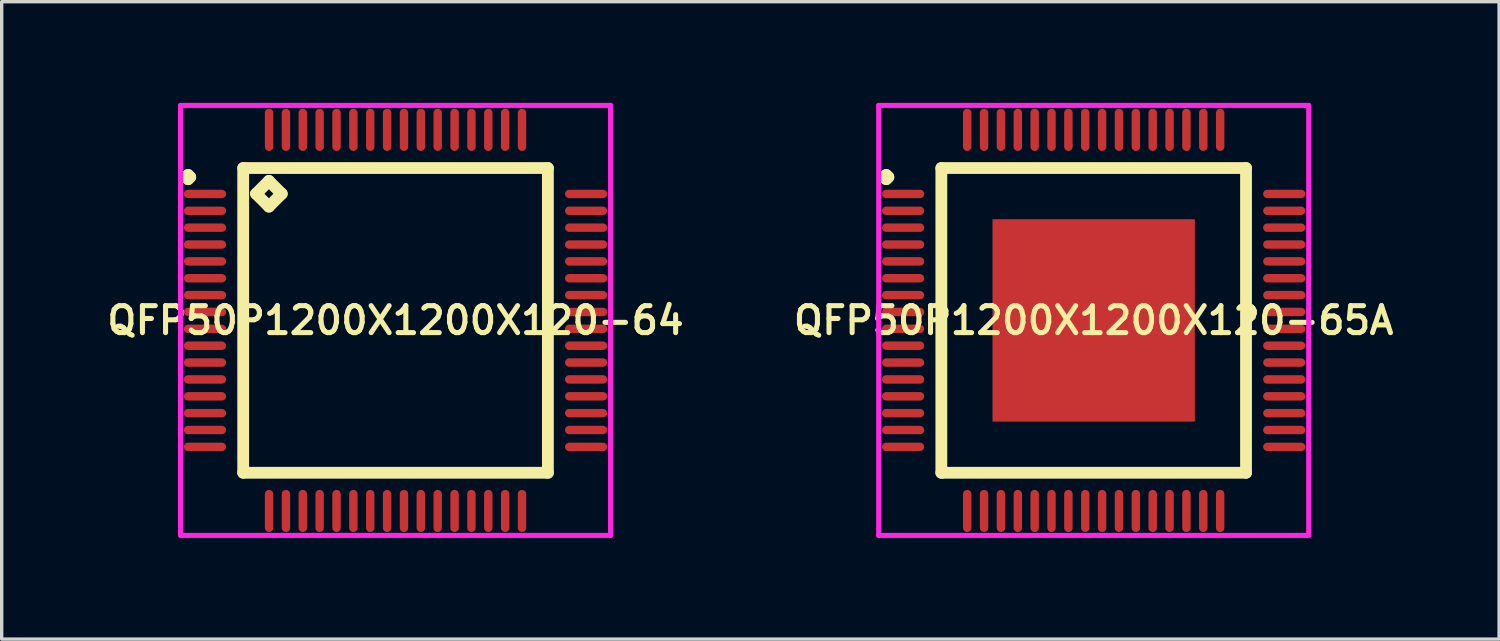
<source format=kicad_pcb>
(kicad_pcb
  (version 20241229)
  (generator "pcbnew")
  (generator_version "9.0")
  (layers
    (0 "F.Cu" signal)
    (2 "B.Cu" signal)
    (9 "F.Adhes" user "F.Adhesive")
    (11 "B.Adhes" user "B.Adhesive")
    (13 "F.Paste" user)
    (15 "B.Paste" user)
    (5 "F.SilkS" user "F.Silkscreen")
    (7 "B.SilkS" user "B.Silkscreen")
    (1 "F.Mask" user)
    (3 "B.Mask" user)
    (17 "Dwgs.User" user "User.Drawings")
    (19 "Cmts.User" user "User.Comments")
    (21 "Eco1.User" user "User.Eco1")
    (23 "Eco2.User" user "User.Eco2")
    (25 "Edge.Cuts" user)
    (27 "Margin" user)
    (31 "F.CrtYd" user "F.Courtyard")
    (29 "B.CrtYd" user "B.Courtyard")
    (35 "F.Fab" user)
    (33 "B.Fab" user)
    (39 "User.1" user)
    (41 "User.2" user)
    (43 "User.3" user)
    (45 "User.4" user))
  (footprint "QFP50P1200X1200X120-65A"
    (layer "F.Cu")
    (at 29.378 6.45)
    (property "Reference" "QFP50P1200X1200X120-65A" (at 0 0 0) (layer "F.SilkS") (effects (font (size 0.8 0.8) (thickness 0.15))))
    (attr smd)
    (fp_line (start -6.213 -4.25) (end -6.15 -4.312) (stroke (width 0.35) (type solid)) (layer "F.SilkS"))
    (fp_line (start -6.15 -4.312) (end -6.088 -4.25) (stroke (width 0.35) (type solid)) (layer "F.SilkS"))
    (fp_line (start -6.15 -4.188) (end -6.213 -4.25) (stroke (width 0.35) (type solid)) (layer "F.SilkS"))
    (fp_line (start -6.088 -4.25) (end -6.15 -4.188) (stroke (width 0.35) (type solid)) (layer "F.SilkS"))
    (fp_line (start -4.517 -4.517) (end -4.517 4.517) (stroke (width 0.35) (type solid)) (layer "F.SilkS"))
    (fp_line (start -4.517 4.517) (end 4.517 4.517) (stroke (width 0.35) (type solid)) (layer "F.SilkS"))
    (fp_line (start 4.517 -4.517) (end -4.517 -4.517) (stroke (width 0.35) (type solid)) (layer "F.SilkS"))
    (fp_line (start 4.517 4.517) (end 4.517 -4.517) (stroke (width 0.35) (type solid)) (layer "F.SilkS"))
    (fp_line (start -6.375 -6.375) (end 6.375 -6.375) (stroke (width 0.15) (type solid)) (layer "F.CrtYd"))
    (fp_line (start -6.375 6.375) (end -6.375 -6.375) (stroke (width 0.15) (type solid)) (layer "F.CrtYd"))
    (fp_line (start 6.375 -6.375) (end 6.375 6.375) (stroke (width 0.15) (type solid)) (layer "F.CrtYd"))
    (fp_line (start 6.375 6.375) (end -6.375 6.375) (stroke (width 0.15) (type solid)) (layer "F.CrtYd"))
    (pad "1" smd oval (at -5.65 -3.75) (size 1.25 0.25) (layers "F.Cu" "F.Mask" "F.Paste"))
    (pad "2" smd oval (at -5.65 -3.25) (size 1.25 0.25) (layers "F.Cu" "F.Mask" "F.Paste"))
    (pad "3" smd oval (at -5.65 -2.75) (size 1.25 0.25) (layers "F.Cu" "F.Mask" "F.Paste"))
    (pad "4" smd oval (at -5.65 -2.25) (size 1.25 0.25) (layers "F.Cu" "F.Mask" "F.Paste"))
    (pad "5" smd oval (at -5.65 -1.75) (size 1.25 0.25) (layers "F.Cu" "F.Mask" "F.Paste"))
    (pad "6" smd oval (at -5.65 -1.25) (size 1.25 0.25) (layers "F.Cu" "F.Mask" "F.Paste"))
    (pad "7" smd oval (at -5.65 -0.75) (size 1.25 0.25) (layers "F.Cu" "F.Mask" "F.Paste"))
    (pad "8" smd oval (at -5.65 -0.25) (size 1.25 0.25) (layers "F.Cu" "F.Mask" "F.Paste"))
    (pad "9" smd oval (at -5.65 0.25) (size 1.25 0.25) (layers "F.Cu" "F.Mask" "F.Paste"))
    (pad "10" smd oval (at -5.65 0.75) (size 1.25 0.25) (layers "F.Cu" "F.Mask" "F.Paste"))
    (pad "11" smd oval (at -5.65 1.25) (size 1.25 0.25) (layers "F.Cu" "F.Mask" "F.Paste"))
    (pad "12" smd oval (at -5.65 1.75) (size 1.25 0.25) (layers "F.Cu" "F.Mask" "F.Paste"))
    (pad "13" smd oval (at -5.65 2.25) (size 1.25 0.25) (layers "F.Cu" "F.Mask" "F.Paste"))
    (pad "14" smd oval (at -5.65 2.75) (size 1.25 0.25) (layers "F.Cu" "F.Mask" "F.Paste"))
    (pad "15" smd oval (at -5.65 3.25) (size 1.25 0.25) (layers "F.Cu" "F.Mask" "F.Paste"))
    (pad "16" smd oval (at -5.65 3.75) (size 1.25 0.25) (layers "F.Cu" "F.Mask" "F.Paste"))
    (pad "17" smd oval (at -3.75 5.65) (size 0.25 1.25) (layers "F.Cu" "F.Mask" "F.Paste"))
    (pad "18" smd oval (at -3.25 5.65) (size 0.25 1.25) (layers "F.Cu" "F.Mask" "F.Paste"))
    (pad "19" smd oval (at -2.75 5.65) (size 0.25 1.25) (layers "F.Cu" "F.Mask" "F.Paste"))
    (pad "20" smd oval (at -2.25 5.65) (size 0.25 1.25) (layers "F.Cu" "F.Mask" "F.Paste"))
    (pad "21" smd oval (at -1.75 5.65) (size 0.25 1.25) (layers "F.Cu" "F.Mask" "F.Paste"))
    (pad "22" smd oval (at -1.25 5.65) (size 0.25 1.25) (layers "F.Cu" "F.Mask" "F.Paste"))
    (pad "23" smd oval (at -0.75 5.65) (size 0.25 1.25) (layers "F.Cu" "F.Mask" "F.Paste"))
    (pad "24" smd oval (at -0.25 5.65) (size 0.25 1.25) (layers "F.Cu" "F.Mask" "F.Paste"))
    (pad "25" smd oval (at 0.25 5.65) (size 0.25 1.25) (layers "F.Cu" "F.Mask" "F.Paste"))
    (pad "26" smd oval (at 0.75 5.65) (size 0.25 1.25) (layers "F.Cu" "F.Mask" "F.Paste"))
    (pad "27" smd oval (at 1.25 5.65) (size 0.25 1.25) (layers "F.Cu" "F.Mask" "F.Paste"))
    (pad "28" smd oval (at 1.75 5.65) (size 0.25 1.25) (layers "F.Cu" "F.Mask" "F.Paste"))
    (pad "29" smd oval (at 2.25 5.65) (size 0.25 1.25) (layers "F.Cu" "F.Mask" "F.Paste"))
    (pad "30" smd oval (at 2.75 5.65) (size 0.25 1.25) (layers "F.Cu" "F.Mask" "F.Paste"))
    (pad "31" smd oval (at 3.25 5.65) (size 0.25 1.25) (layers "F.Cu" "F.Mask" "F.Paste"))
    (pad "32" smd oval (at 3.75 5.65) (size 0.25 1.25) (layers "F.Cu" "F.Mask" "F.Paste"))
    (pad "33" smd oval (at 5.65 3.75) (size 1.25 0.25) (layers "F.Cu" "F.Mask" "F.Paste"))
    (pad "34" smd oval (at 5.65 3.25) (size 1.25 0.25) (layers "F.Cu" "F.Mask" "F.Paste"))
    (pad "35" smd oval (at 5.65 2.75) (size 1.25 0.25) (layers "F.Cu" "F.Mask" "F.Paste"))
    (pad "36" smd oval (at 5.65 2.25) (size 1.25 0.25) (layers "F.Cu" "F.Mask" "F.Paste"))
    (pad "37" smd oval (at 5.65 1.75) (size 1.25 0.25) (layers "F.Cu" "F.Mask" "F.Paste"))
    (pad "38" smd oval (at 5.65 1.25) (size 1.25 0.25) (layers "F.Cu" "F.Mask" "F.Paste"))
    (pad "39" smd oval (at 5.65 0.75) (size 1.25 0.25) (layers "F.Cu" "F.Mask" "F.Paste"))
    (pad "40" smd oval (at 5.65 0.25) (size 1.25 0.25) (layers "F.Cu" "F.Mask" "F.Paste"))
    (pad "41" smd oval (at 5.65 -0.25) (size 1.25 0.25) (layers "F.Cu" "F.Mask" "F.Paste"))
    (pad "42" smd oval (at 5.65 -0.75) (size 1.25 0.25) (layers "F.Cu" "F.Mask" "F.Paste"))
    (pad "43" smd oval (at 5.65 -1.25) (size 1.25 0.25) (layers "F.Cu" "F.Mask" "F.Paste"))
    (pad "44" smd oval (at 5.65 -1.75) (size 1.25 0.25) (layers "F.Cu" "F.Mask" "F.Paste"))
    (pad "45" smd oval (at 5.65 -2.25) (size 1.25 0.25) (layers "F.Cu" "F.Mask" "F.Paste"))
    (pad "46" smd oval (at 5.65 -2.75) (size 1.25 0.25) (layers "F.Cu" "F.Mask" "F.Paste"))
    (pad "47" smd oval (at 5.65 -3.25) (size 1.25 0.25) (layers "F.Cu" "F.Mask" "F.Paste"))
    (pad "48" smd oval (at 5.65 -3.75) (size 1.25 0.25) (layers "F.Cu" "F.Mask" "F.Paste"))
    (pad "49" smd oval (at 3.75 -5.65) (size 0.25 1.25) (layers "F.Cu" "F.Mask" "F.Paste"))
    (pad "50" smd oval (at 3.25 -5.65) (size 0.25 1.25) (layers "F.Cu" "F.Mask" "F.Paste"))
    (pad "51" smd oval (at 2.75 -5.65) (size 0.25 1.25) (layers "F.Cu" "F.Mask" "F.Paste"))
    (pad "52" smd oval (at 2.25 -5.65) (size 0.25 1.25) (layers "F.Cu" "F.Mask" "F.Paste"))
    (pad "53" smd oval (at 1.75 -5.65) (size 0.25 1.25) (layers "F.Cu" "F.Mask" "F.Paste"))
    (pad "54" smd oval (at 1.25 -5.65) (size 0.25 1.25) (layers "F.Cu" "F.Mask" "F.Paste"))
    (pad "55" smd oval (at 0.75 -5.65) (size 0.25 1.25) (layers "F.Cu" "F.Mask" "F.Paste"))
    (pad "56" smd oval (at 0.25 -5.65) (size 0.25 1.25) (layers "F.Cu" "F.Mask" "F.Paste"))
    (pad "57" smd oval (at -0.25 -5.65) (size 0.25 1.25) (layers "F.Cu" "F.Mask" "F.Paste"))
    (pad "58" smd oval (at -0.75 -5.65) (size 0.25 1.25) (layers "F.Cu" "F.Mask" "F.Paste"))
    (pad "59" smd oval (at -1.25 -5.65) (size 0.25 1.25) (layers "F.Cu" "F.Mask" "F.Paste"))
    (pad "60" smd oval (at -1.75 -5.65) (size 0.25 1.25) (layers "F.Cu" "F.Mask" "F.Paste"))
    (pad "61" smd oval (at -2.25 -5.65) (size 0.25 1.25) (layers "F.Cu" "F.Mask" "F.Paste"))
    (pad "62" smd oval (at -2.75 -5.65) (size 0.25 1.25) (layers "F.Cu" "F.Mask" "F.Paste"))
    (pad "63" smd oval (at -3.25 -5.65) (size 0.25 1.25) (layers "F.Cu" "F.Mask" "F.Paste"))
    (pad "64" smd oval (at -3.75 -5.65) (size 0.25 1.25) (layers "F.Cu" "F.Mask" "F.Paste"))
    (pad "65" smd rect (at 0 0) (size 6 6) (layers "F.Cu" "F.Mask" "F.Paste")))
  (footprint "QFP50P1200X1200X120-64"
    (layer "F.Cu")
    (at 8.678 6.45)
    (property "Reference" "QFP50P1200X1200X120-64" (at 0 0 0) (layer "F.SilkS") (effects (font (size 0.8 0.8) (thickness 0.15))))
    (attr smd)
    (fp_line (start -6.213 -4.25) (end -6.15 -4.312) (stroke (width 0.35) (type solid)) (layer "F.SilkS"))
    (fp_line (start -6.15 -4.312) (end -6.088 -4.25) (stroke (width 0.35) (type solid)) (layer "F.SilkS"))
    (fp_line (start -6.15 -4.188) (end -6.213 -4.25) (stroke (width 0.35) (type solid)) (layer "F.SilkS"))
    (fp_line (start -6.088 -4.25) (end -6.15 -4.188) (stroke (width 0.35) (type solid)) (layer "F.SilkS"))
    (fp_line (start -4.517 -4.517) (end -4.517 4.517) (stroke (width 0.35) (type solid)) (layer "F.SilkS"))
    (fp_line (start -4.517 4.517) (end 4.517 4.517) (stroke (width 0.35) (type solid)) (layer "F.SilkS"))
    (fp_line (start -4.136 -3.755) (end -3.755 -4.136) (stroke (width 0.35) (type solid)) (layer "F.SilkS"))
    (fp_line (start -3.755 -4.136) (end -3.374 -3.755) (stroke (width 0.35) (type solid)) (layer "F.SilkS"))
    (fp_line (start -3.755 -3.374) (end -4.136 -3.755) (stroke (width 0.35) (type solid)) (layer "F.SilkS"))
    (fp_line (start -3.374 -3.755) (end -3.755 -3.374) (stroke (width 0.35) (type solid)) (layer "F.SilkS"))
    (fp_line (start 4.517 -4.517) (end -4.517 -4.517) (stroke (width 0.35) (type solid)) (layer "F.SilkS"))
    (fp_line (start 4.517 4.517) (end 4.517 -4.517) (stroke (width 0.35) (type solid)) (layer "F.SilkS"))
    (fp_line (start -6.375 -6.375) (end 6.375 -6.375) (stroke (width 0.15) (type solid)) (layer "F.CrtYd"))
    (fp_line (start -6.375 6.375) (end -6.375 -6.375) (stroke (width 0.15) (type solid)) (layer "F.CrtYd"))
    (fp_line (start 6.375 -6.375) (end 6.375 6.375) (stroke (width 0.15) (type solid)) (layer "F.CrtYd"))
    (fp_line (start 6.375 6.375) (end -6.375 6.375) (stroke (width 0.15) (type solid)) (layer "F.CrtYd"))
    (pad "1" smd oval (at -5.65 -3.75) (size 1.25 0.25) (layers "F.Cu" "F.Mask" "F.Paste"))
    (pad "2" smd oval (at -5.65 -3.25) (size 1.25 0.25) (layers "F.Cu" "F.Mask" "F.Paste"))
    (pad "3" smd oval (at -5.65 -2.75) (size 1.25 0.25) (layers "F.Cu" "F.Mask" "F.Paste"))
    (pad "4" smd oval (at -5.65 -2.25) (size 1.25 0.25) (layers "F.Cu" "F.Mask" "F.Paste"))
    (pad "5" smd oval (at -5.65 -1.75) (size 1.25 0.25) (layers "F.Cu" "F.Mask" "F.Paste"))
    (pad "6" smd oval (at -5.65 -1.25) (size 1.25 0.25) (layers "F.Cu" "F.Mask" "F.Paste"))
    (pad "7" smd oval (at -5.65 -0.75) (size 1.25 0.25) (layers "F.Cu" "F.Mask" "F.Paste"))
    (pad "8" smd oval (at -5.65 -0.25) (size 1.25 0.25) (layers "F.Cu" "F.Mask" "F.Paste"))
    (pad "9" smd oval (at -5.65 0.25) (size 1.25 0.25) (layers "F.Cu" "F.Mask" "F.Paste"))
    (pad "10" smd oval (at -5.65 0.75) (size 1.25 0.25) (layers "F.Cu" "F.Mask" "F.Paste"))
    (pad "11" smd oval (at -5.65 1.25) (size 1.25 0.25) (layers "F.Cu" "F.Mask" "F.Paste"))
    (pad "12" smd oval (at -5.65 1.75) (size 1.25 0.25) (layers "F.Cu" "F.Mask" "F.Paste"))
    (pad "13" smd oval (at -5.65 2.25) (size 1.25 0.25) (layers "F.Cu" "F.Mask" "F.Paste"))
    (pad "14" smd oval (at -5.65 2.75) (size 1.25 0.25) (layers "F.Cu" "F.Mask" "F.Paste"))
    (pad "15" smd oval (at -5.65 3.25) (size 1.25 0.25) (layers "F.Cu" "F.Mask" "F.Paste"))
    (pad "16" smd oval (at -5.65 3.75) (size 1.25 0.25) (layers "F.Cu" "F.Mask" "F.Paste"))
    (pad "17" smd oval (at -3.75 5.65) (size 0.25 1.25) (layers "F.Cu" "F.Mask" "F.Paste"))
    (pad "18" smd oval (at -3.25 5.65) (size 0.25 1.25) (layers "F.Cu" "F.Mask" "F.Paste"))
    (pad "19" smd oval (at -2.75 5.65) (size 0.25 1.25) (layers "F.Cu" "F.Mask" "F.Paste"))
    (pad "20" smd oval (at -2.25 5.65) (size 0.25 1.25) (layers "F.Cu" "F.Mask" "F.Paste"))
    (pad "21" smd oval (at -1.75 5.65) (size 0.25 1.25) (layers "F.Cu" "F.Mask" "F.Paste"))
    (pad "22" smd oval (at -1.25 5.65) (size 0.25 1.25) (layers "F.Cu" "F.Mask" "F.Paste"))
    (pad "23" smd oval (at -0.75 5.65) (size 0.25 1.25) (layers "F.Cu" "F.Mask" "F.Paste"))
    (pad "24" smd oval (at -0.25 5.65) (size 0.25 1.25) (layers "F.Cu" "F.Mask" "F.Paste"))
    (pad "25" smd oval (at 0.25 5.65) (size 0.25 1.25) (layers "F.Cu" "F.Mask" "F.Paste"))
    (pad "26" smd oval (at 0.75 5.65) (size 0.25 1.25) (layers "F.Cu" "F.Mask" "F.Paste"))
    (pad "27" smd oval (at 1.25 5.65) (size 0.25 1.25) (layers "F.Cu" "F.Mask" "F.Paste"))
    (pad "28" smd oval (at 1.75 5.65) (size 0.25 1.25) (layers "F.Cu" "F.Mask" "F.Paste"))
    (pad "29" smd oval (at 2.25 5.65) (size 0.25 1.25) (layers "F.Cu" "F.Mask" "F.Paste"))
    (pad "30" smd oval (at 2.75 5.65) (size 0.25 1.25) (layers "F.Cu" "F.Mask" "F.Paste"))
    (pad "31" smd oval (at 3.25 5.65) (size 0.25 1.25) (layers "F.Cu" "F.Mask" "F.Paste"))
    (pad "32" smd oval (at 3.75 5.65) (size 0.25 1.25) (layers "F.Cu" "F.Mask" "F.Paste"))
    (pad "33" smd oval (at 5.65 3.75) (size 1.25 0.25) (layers "F.Cu" "F.Mask" "F.Paste"))
    (pad "34" smd oval (at 5.65 3.25) (size 1.25 0.25) (layers "F.Cu" "F.Mask" "F.Paste"))
    (pad "35" smd oval (at 5.65 2.75) (size 1.25 0.25) (layers "F.Cu" "F.Mask" "F.Paste"))
    (pad "36" smd oval (at 5.65 2.25) (size 1.25 0.25) (layers "F.Cu" "F.Mask" "F.Paste"))
    (pad "37" smd oval (at 5.65 1.75) (size 1.25 0.25) (layers "F.Cu" "F.Mask" "F.Paste"))
    (pad "38" smd oval (at 5.65 1.25) (size 1.25 0.25) (layers "F.Cu" "F.Mask" "F.Paste"))
    (pad "39" smd oval (at 5.65 0.75) (size 1.25 0.25) (layers "F.Cu" "F.Mask" "F.Paste"))
    (pad "40" smd oval (at 5.65 0.25) (size 1.25 0.25) (layers "F.Cu" "F.Mask" "F.Paste"))
    (pad "41" smd oval (at 5.65 -0.25) (size 1.25 0.25) (layers "F.Cu" "F.Mask" "F.Paste"))
    (pad "42" smd oval (at 5.65 -0.75) (size 1.25 0.25) (layers "F.Cu" "F.Mask" "F.Paste"))
    (pad "43" smd oval (at 5.65 -1.25) (size 1.25 0.25) (layers "F.Cu" "F.Mask" "F.Paste"))
    (pad "44" smd oval (at 5.65 -1.75) (size 1.25 0.25) (layers "F.Cu" "F.Mask" "F.Paste"))
    (pad "45" smd oval (at 5.65 -2.25) (size 1.25 0.25) (layers "F.Cu" "F.Mask" "F.Paste"))
    (pad "46" smd oval (at 5.65 -2.75) (size 1.25 0.25) (layers "F.Cu" "F.Mask" "F.Paste"))
    (pad "47" smd oval (at 5.65 -3.25) (size 1.25 0.25) (layers "F.Cu" "F.Mask" "F.Paste"))
    (pad "48" smd oval (at 5.65 -3.75) (size 1.25 0.25) (layers "F.Cu" "F.Mask" "F.Paste"))
    (pad "49" smd oval (at 3.75 -5.65) (size 0.25 1.25) (layers "F.Cu" "F.Mask" "F.Paste"))
    (pad "50" smd oval (at 3.25 -5.65) (size 0.25 1.25) (layers "F.Cu" "F.Mask" "F.Paste"))
    (pad "51" smd oval (at 2.75 -5.65) (size 0.25 1.25) (layers "F.Cu" "F.Mask" "F.Paste"))
    (pad "52" smd oval (at 2.25 -5.65) (size 0.25 1.25) (layers "F.Cu" "F.Mask" "F.Paste"))
    (pad "53" smd oval (at 1.75 -5.65) (size 0.25 1.25) (layers "F.Cu" "F.Mask" "F.Paste"))
    (pad "54" smd oval (at 1.25 -5.65) (size 0.25 1.25) (layers "F.Cu" "F.Mask" "F.Paste"))
    (pad "55" smd oval (at 0.75 -5.65) (size 0.25 1.25) (layers "F.Cu" "F.Mask" "F.Paste"))
    (pad "56" smd oval (at 0.25 -5.65) (size 0.25 1.25) (layers "F.Cu" "F.Mask" "F.Paste"))
    (pad "57" smd oval (at -0.25 -5.65) (size 0.25 1.25) (layers "F.Cu" "F.Mask" "F.Paste"))
    (pad "58" smd oval (at -0.75 -5.65) (size 0.25 1.25) (layers "F.Cu" "F.Mask" "F.Paste"))
    (pad "59" smd oval (at -1.25 -5.65) (size 0.25 1.25) (layers "F.Cu" "F.Mask" "F.Paste"))
    (pad "60" smd oval (at -1.75 -5.65) (size 0.25 1.25) (layers "F.Cu" "F.Mask" "F.Paste"))
    (pad "61" smd oval (at -2.25 -5.65) (size 0.25 1.25) (layers "F.Cu" "F.Mask" "F.Paste"))
    (pad "62" smd oval (at -2.75 -5.65) (size 0.25 1.25) (layers "F.Cu" "F.Mask" "F.Paste"))
    (pad "63" smd oval (at -3.25 -5.65) (size 0.25 1.25) (layers "F.Cu" "F.Mask" "F.Paste"))
    (pad "64" smd oval (at -3.75 -5.65) (size 0.25 1.25) (layers "F.Cu" "F.Mask" "F.Paste")))
  (gr_rect
    (start -3 -3)
    (end 41.399 15.9)
    (stroke (width 0.1) (type default))
    (fill no)
    (layer "Edge.Cuts")))
</source>
